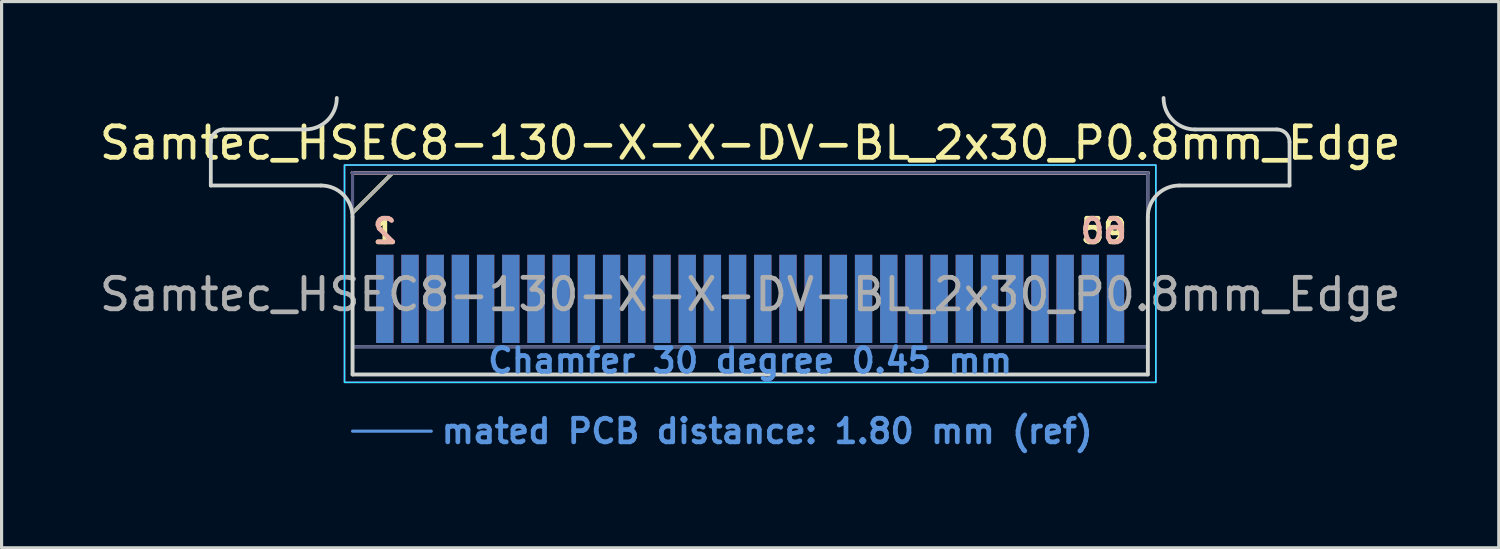
<source format=kicad_pcb>
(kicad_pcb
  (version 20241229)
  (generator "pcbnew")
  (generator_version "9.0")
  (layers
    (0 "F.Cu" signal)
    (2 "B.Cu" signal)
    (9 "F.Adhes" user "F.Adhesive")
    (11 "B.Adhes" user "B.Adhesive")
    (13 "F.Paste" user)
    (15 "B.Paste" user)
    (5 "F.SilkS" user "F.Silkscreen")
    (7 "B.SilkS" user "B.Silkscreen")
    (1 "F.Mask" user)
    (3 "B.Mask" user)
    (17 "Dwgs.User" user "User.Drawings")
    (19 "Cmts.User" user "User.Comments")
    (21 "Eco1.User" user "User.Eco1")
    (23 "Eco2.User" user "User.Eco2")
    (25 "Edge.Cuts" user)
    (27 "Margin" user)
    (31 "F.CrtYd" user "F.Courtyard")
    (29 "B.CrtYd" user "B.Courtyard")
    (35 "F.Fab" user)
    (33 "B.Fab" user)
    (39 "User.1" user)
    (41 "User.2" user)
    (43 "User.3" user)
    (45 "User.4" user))
  (footprint "Samtec_HSEC8-130-X-X-DV-BL_2x30_P0.8mm_Edge"
    (layer "F.Cu")
    (at 20.768 8.84)
    (property "Reference" "Samtec_HSEC8-130-X-X-DV-BL_2x30_P0.8mm_Edge" (at 0 -7.35 0) (layer "F.SilkS") (effects (font (size 1 1) (thickness 0.15))))
    (attr exclude_from_pos_files exclude_from_bom)
    (fp_line (start -12.625 -5.13) (end -11.355 -6.4) (stroke (width 0.12) (type solid)) (layer "F.SilkS"))
    (fp_line (start -11.355 -6.4) (end 12.625 -6.4) (stroke (width 0.12) (type solid)) (layer "F.SilkS"))
    (fp_line (start -12.625 -6.4) (end -12.625 -6.4) (stroke (width 0.12) (type solid)) (layer "B.SilkS"))
    (fp_line (start -12.625 -6.4) (end 12.625 -6.4) (stroke (width 0.12) (type solid)) (layer "B.SilkS"))
    (fp_line (start -12.625 1.8) (end -10.125 1.8) (stroke (width 0.1) (type solid)) (layer "Cmts.User"))
    (fp_line (start -17.125 -6) (end -17.125 -7.38) (stroke (width 0.12) (type solid)) (layer "Edge.Cuts"))
    (fp_line (start -16.725 -7.78) (end -14.125 -7.78) (stroke (width 0.12) (type solid)) (layer "Edge.Cuts"))
    (fp_line (start -13.625 -6) (end -17.125 -6) (stroke (width 0.12) (type solid)) (layer "Edge.Cuts"))
    (fp_line (start -12.625 -5) (end -12.625 0) (stroke (width 0.12) (type solid)) (layer "Edge.Cuts"))
    (fp_line (start -12.625 0) (end 12.625 0) (stroke (width 0.12) (type solid)) (layer "Edge.Cuts"))
    (fp_line (start 12.625 0) (end 12.625 -5) (stroke (width 0.12) (type solid)) (layer "Edge.Cuts"))
    (fp_line (start 13.625 -6) (end 17.125 -6) (stroke (width 0.12) (type solid)) (layer "Edge.Cuts"))
    (fp_line (start 16.725 -7.78) (end 14.125 -7.78) (stroke (width 0.12) (type solid)) (layer "Edge.Cuts"))
    (fp_line (start 17.125 -6) (end 17.125 -7.38) (stroke (width 0.12) (type solid)) (layer "Edge.Cuts"))
    (fp_arc (start -17.125 -7.38) (mid -17.007843 -7.662843) (end -16.725 -7.78) (stroke (width 0.12) (type solid)) (layer "Edge.Cuts"))
    (fp_arc (start -13.625 -6) (mid -12.917893 -5.707107) (end -12.625 -5) (stroke (width 0.12) (type solid)) (layer "Edge.Cuts"))
    (fp_arc (start -13.125 -8.78) (mid -13.417893 -8.072893) (end -14.125 -7.78) (stroke (width 0.12) (type solid)) (layer "Edge.Cuts"))
    (fp_arc (start 12.625 -5) (mid 12.917893 -5.707107) (end 13.625 -6) (stroke (width 0.12) (type solid)) (layer "Edge.Cuts"))
    (fp_arc (start 14.125 -7.78) (mid 13.417893 -8.072893) (end 13.125 -8.78) (stroke (width 0.12) (type solid)) (layer "Edge.Cuts"))
    (fp_arc (start 16.725 -7.78) (mid 17.007843 -7.662843) (end 17.125 -7.38) (stroke (width 0.12) (type solid)) (layer "Edge.Cuts"))
    (fp_rect (start -12.88 -6.65) (end 12.88 0.25) (stroke (width 0.05) (type solid)) (fill no) (layer "B.CrtYd"))
    (fp_rect (start -12.88 -6.65) (end 12.88 0.25) (stroke (width 0.05) (type solid)) (fill no) (layer "F.CrtYd"))
    (fp_line (start -12.625 -6.4) (end -12.625 -6.4) (stroke (width 0.1) (type solid)) (layer "B.Fab"))
    (fp_line (start -12.625 -6.4) (end -12.625 0) (stroke (width 0.1) (type solid)) (layer "B.Fab"))
    (fp_line (start -12.625 -6.4) (end 12.625 -6.4) (stroke (width 0.1) (type solid)) (layer "B.Fab"))
    (fp_line (start -12.625 -0.88) (end 12.625 -0.88) (stroke (width 0.1) (type solid)) (layer "B.Fab"))
    (fp_line (start -12.625 0) (end 12.625 0) (stroke (width 0.1) (type solid)) (layer "B.Fab"))
    (fp_line (start 12.625 -6.4) (end 12.625 0) (stroke (width 0.1) (type solid)) (layer "B.Fab"))
    (fp_line (start -12.625 -5.13) (end -12.625 0) (stroke (width 0.1) (type solid)) (layer "F.Fab"))
    (fp_line (start -12.625 -5.13) (end -11.355 -6.4) (stroke (width 0.1) (type solid)) (layer "F.Fab"))
    (fp_line (start -12.625 -0.88) (end 12.625 -0.88) (stroke (width 0.1) (type solid)) (layer "F.Fab"))
    (fp_line (start -12.625 0) (end 12.625 0) (stroke (width 0.1) (type solid)) (layer "F.Fab"))
    (fp_line (start -11.355 -6.4) (end 12.625 -6.4) (stroke (width 0.1) (type solid)) (layer "F.Fab"))
    (fp_line (start 12.625 -6.4) (end 12.625 0) (stroke (width 0.1) (type solid)) (layer "F.Fab"))
    (fp_text user "1" (at -11.6 -4.55 0) (layer "F.SilkS") (effects (font (size 0.75 0.75) (thickness 0.15))))
    (fp_text user "59" (at 11.225 -4.55 0) (layer "F.SilkS") (effects (font (size 0.75 0.75) (thickness 0.15))))
    (fp_text user "60" (at 11.225 -4.55 0) (layer "B.SilkS") (effects (font (size 0.75 0.75) (thickness 0.15)) (justify mirror)))
    (fp_text user "2" (at -11.6 -4.55 0) (layer "B.SilkS") (effects (font (size 0.75 0.75) (thickness 0.15)) (justify mirror)))
    (fp_text user "Chamfer 30 degree 0.45 mm" (at 0 -0.44 0) (layer "Cmts.User") (effects (font (size 0.75 0.75) (thickness 0.15))))
    (fp_text user "mated PCB distance: 1.80 mm (ref)" (at -9.88 1.8 0) (layer "Cmts.User") (effects (font (size 0.75 0.75) (thickness 0.15)) (justify left)))
    (fp_text user "${REFERENCE}" (at 0 -2.54 0) (layer "F.Fab") (effects (font (size 1 1) (thickness 0.15))))
    (pad "1" connect rect (at -11.6 -2.4) (size 0.55 2.8) (layers "F.Cu" "F.Mask"))
    (pad "2" connect rect (at -11.6 -2.4) (size 0.55 2.8) (layers "B.Cu" "B.Mask"))
    (pad "3" connect rect (at -10.8 -2.4) (size 0.55 2.8) (layers "F.Cu" "F.Mask"))
    (pad "4" connect rect (at -10.8 -2.4) (size 0.55 2.8) (layers "B.Cu" "B.Mask"))
    (pad "5" connect rect (at -10 -2.4) (size 0.55 2.8) (layers "F.Cu" "F.Mask"))
    (pad "6" connect rect (at -10 -2.4) (size 0.55 2.8) (layers "B.Cu" "B.Mask"))
    (pad "7" connect rect (at -9.2 -2.4) (size 0.55 2.8) (layers "F.Cu" "F.Mask"))
    (pad "8" connect rect (at -9.2 -2.4) (size 0.55 2.8) (layers "B.Cu" "B.Mask"))
    (pad "9" connect rect (at -8.4 -2.4) (size 0.55 2.8) (layers "F.Cu" "F.Mask"))
    (pad "10" connect rect (at -8.4 -2.4) (size 0.55 2.8) (layers "B.Cu" "B.Mask"))
    (pad "11" connect rect (at -7.6 -2.4) (size 0.55 2.8) (layers "F.Cu" "F.Mask"))
    (pad "12" connect rect (at -7.6 -2.4) (size 0.55 2.8) (layers "B.Cu" "B.Mask"))
    (pad "13" connect rect (at -6.8 -2.4) (size 0.55 2.8) (layers "F.Cu" "F.Mask"))
    (pad "14" connect rect (at -6.8 -2.4) (size 0.55 2.8) (layers "B.Cu" "B.Mask"))
    (pad "15" connect rect (at -6 -2.4) (size 0.55 2.8) (layers "F.Cu" "F.Mask"))
    (pad "16" connect rect (at -6 -2.4) (size 0.55 2.8) (layers "B.Cu" "B.Mask"))
    (pad "17" connect rect (at -5.2 -2.4) (size 0.55 2.8) (layers "F.Cu" "F.Mask"))
    (pad "18" connect rect (at -5.2 -2.4) (size 0.55 2.8) (layers "B.Cu" "B.Mask"))
    (pad "19" connect rect (at -4.4 -2.4) (size 0.55 2.8) (layers "F.Cu" "F.Mask"))
    (pad "20" connect rect (at -4.4 -2.4) (size 0.55 2.8) (layers "B.Cu" "B.Mask"))
    (pad "21" connect rect (at -3.6 -2.4) (size 0.55 2.8) (layers "F.Cu" "F.Mask"))
    (pad "22" connect rect (at -3.6 -2.4) (size 0.55 2.8) (layers "B.Cu" "B.Mask"))
    (pad "23" connect rect (at -2.8 -2.4) (size 0.55 2.8) (layers "F.Cu" "F.Mask"))
    (pad "24" connect rect (at -2.8 -2.4) (size 0.55 2.8) (layers "B.Cu" "B.Mask"))
    (pad "25" connect rect (at -2 -2.4) (size 0.55 2.8) (layers "F.Cu" "F.Mask"))
    (pad "26" connect rect (at -2 -2.4) (size 0.55 2.8) (layers "B.Cu" "B.Mask"))
    (pad "27" connect rect (at -1.2 -2.4) (size 0.55 2.8) (layers "F.Cu" "F.Mask"))
    (pad "28" connect rect (at -1.2 -2.4) (size 0.55 2.8) (layers "B.Cu" "B.Mask"))
    (pad "29" connect rect (at -0.4 -2.4) (size 0.55 2.8) (layers "F.Cu" "F.Mask"))
    (pad "30" connect rect (at -0.4 -2.4) (size 0.55 2.8) (layers "B.Cu" "B.Mask"))
    (pad "31" connect rect (at 0.4 -2.4) (size 0.55 2.8) (layers "F.Cu" "F.Mask"))
    (pad "32" connect rect (at 0.4 -2.4) (size 0.55 2.8) (layers "B.Cu" "B.Mask"))
    (pad "33" connect rect (at 1.2 -2.4) (size 0.55 2.8) (layers "F.Cu" "F.Mask"))
    (pad "34" connect rect (at 1.2 -2.4) (size 0.55 2.8) (layers "B.Cu" "B.Mask"))
    (pad "35" connect rect (at 2 -2.4) (size 0.55 2.8) (layers "F.Cu" "F.Mask"))
    (pad "36" connect rect (at 2 -2.4) (size 0.55 2.8) (layers "B.Cu" "B.Mask"))
    (pad "37" connect rect (at 2.8 -2.4) (size 0.55 2.8) (layers "F.Cu" "F.Mask"))
    (pad "38" connect rect (at 2.8 -2.4) (size 0.55 2.8) (layers "B.Cu" "B.Mask"))
    (pad "39" connect rect (at 3.6 -2.4) (size 0.55 2.8) (layers "F.Cu" "F.Mask"))
    (pad "40" connect rect (at 3.6 -2.4) (size 0.55 2.8) (layers "B.Cu" "B.Mask"))
    (pad "41" connect rect (at 4.4 -2.4) (size 0.55 2.8) (layers "F.Cu" "F.Mask"))
    (pad "42" connect rect (at 4.4 -2.4) (size 0.55 2.8) (layers "B.Cu" "B.Mask"))
    (pad "43" connect rect (at 5.2 -2.4) (size 0.55 2.8) (layers "F.Cu" "F.Mask"))
    (pad "44" connect rect (at 5.2 -2.4) (size 0.55 2.8) (layers "B.Cu" "B.Mask"))
    (pad "45" connect rect (at 6 -2.4) (size 0.55 2.8) (layers "F.Cu" "F.Mask"))
    (pad "46" connect rect (at 6 -2.4) (size 0.55 2.8) (layers "B.Cu" "B.Mask"))
    (pad "47" connect rect (at 6.8 -2.4) (size 0.55 2.8) (layers "F.Cu" "F.Mask"))
    (pad "48" connect rect (at 6.8 -2.4) (size 0.55 2.8) (layers "B.Cu" "B.Mask"))
    (pad "49" connect rect (at 7.6 -2.4) (size 0.55 2.8) (layers "F.Cu" "F.Mask"))
    (pad "50" connect rect (at 7.6 -2.4) (size 0.55 2.8) (layers "B.Cu" "B.Mask"))
    (pad "51" connect rect (at 8.4 -2.4) (size 0.55 2.8) (layers "F.Cu" "F.Mask"))
    (pad "52" connect rect (at 8.4 -2.4) (size 0.55 2.8) (layers "B.Cu" "B.Mask"))
    (pad "53" connect rect (at 9.2 -2.4) (size 0.55 2.8) (layers "F.Cu" "F.Mask"))
    (pad "54" connect rect (at 9.2 -2.4) (size 0.55 2.8) (layers "B.Cu" "B.Mask"))
    (pad "55" connect rect (at 10 -2.4) (size 0.55 2.8) (layers "F.Cu" "F.Mask"))
    (pad "56" connect rect (at 10 -2.4) (size 0.55 2.8) (layers "B.Cu" "B.Mask"))
    (pad "57" connect rect (at 10.8 -2.4) (size 0.55 2.8) (layers "F.Cu" "F.Mask"))
    (pad "58" connect rect (at 10.8 -2.4) (size 0.55 2.8) (layers "B.Cu" "B.Mask"))
    (pad "59" connect rect (at 11.6 -2.4) (size 0.55 2.8) (layers "F.Cu" "F.Mask"))
    (pad "60" connect rect (at 11.6 -2.4) (size 0.55 2.8) (layers "B.Cu" "B.Mask")))
  (gr_rect
    (start -3 -3)
    (end 44.536 14.342)
    (stroke (width 0.1) (type default))
    (fill no)
    (layer "Edge.Cuts")))
</source>
